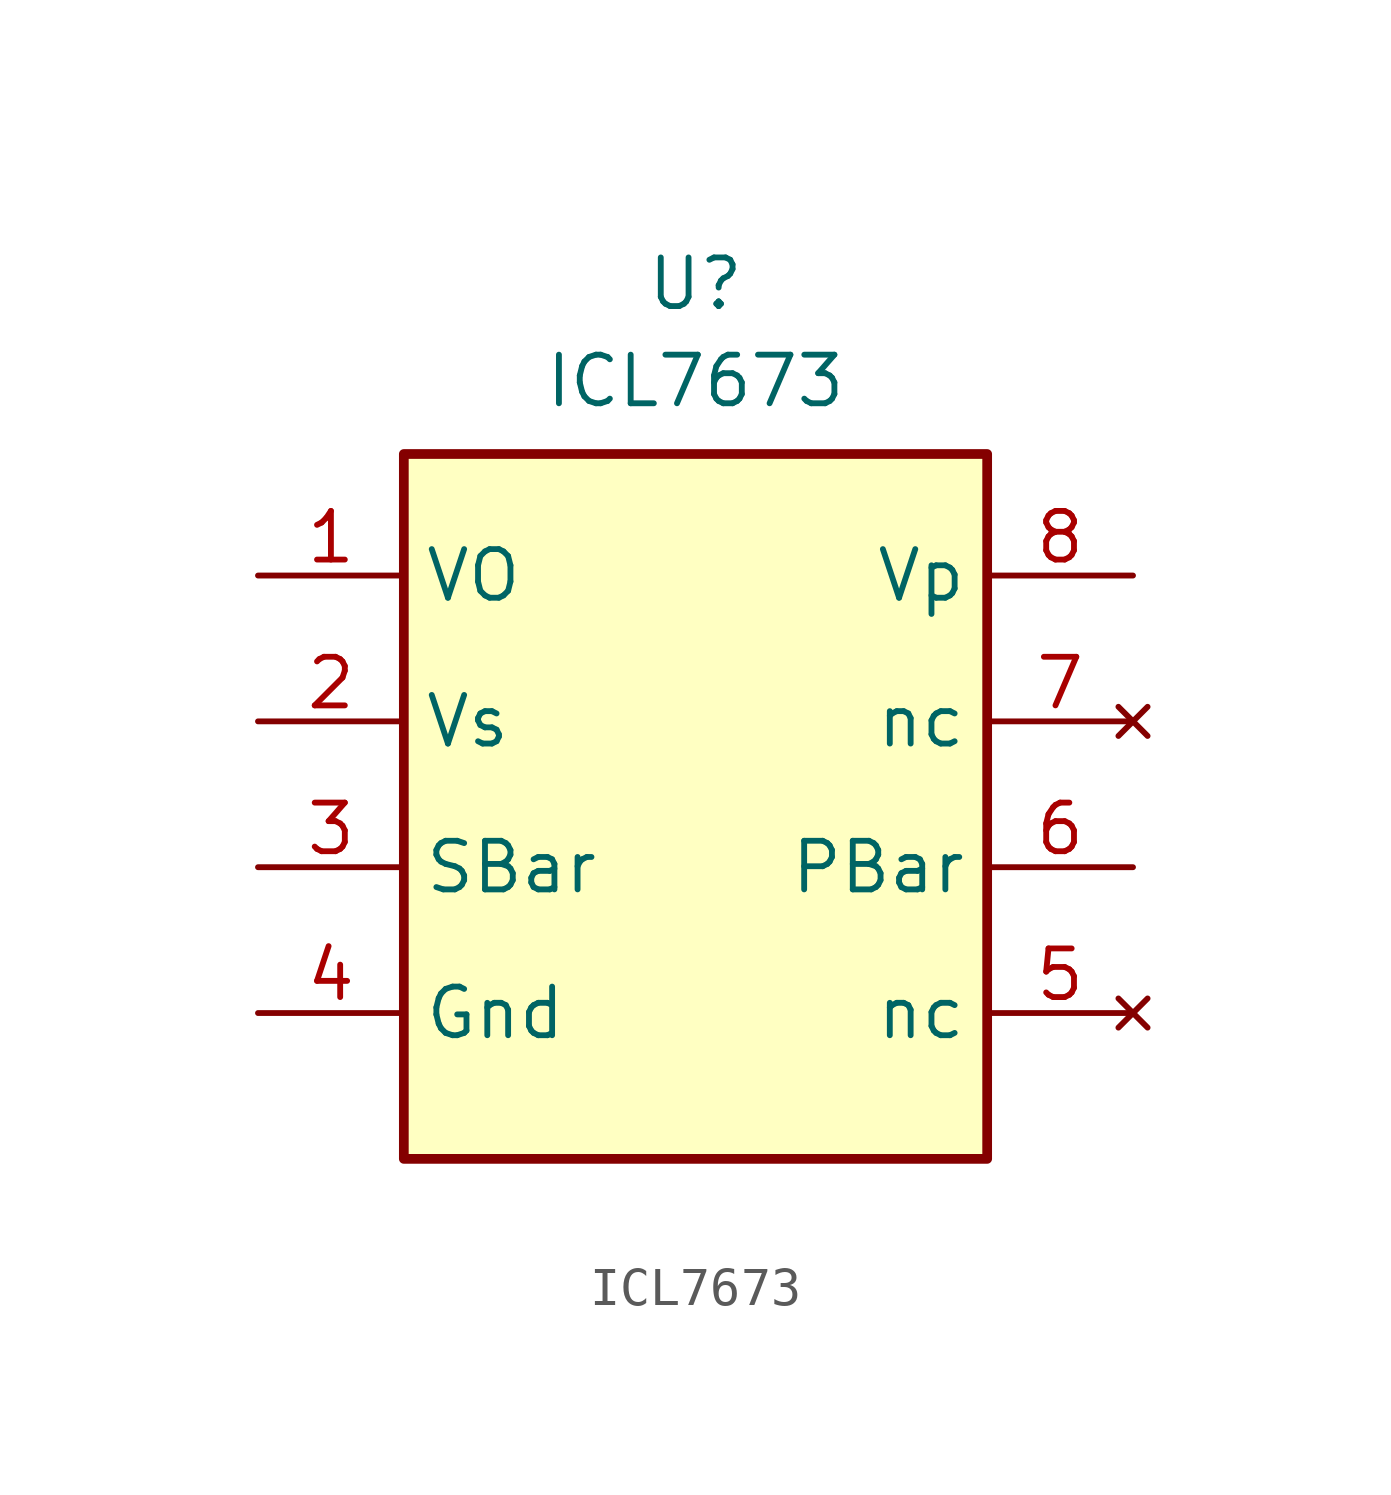
<source format=kicad_sym>
(kicad_symbol_lib
  (version 20211014)
  (generator kicad_symbol_editor)
  (symbol "ICL7673"
    (property "Reference" "U"
      (at -1.27 17.78 0)
      (effects (font (size 1.27 1.27))))
    (property "Value" "ICL7673"
      (at -1.27 15.24 0)
      (effects (font (size 1.27 1.27))))
    (symbol "ICL7673_0_1"
      (rectangle (start -8.89 13.335) (end 6.35 -5.08) (stroke (width 0.254) (type default) (color 0 0 0 0)) (fill (type background))))
    (symbol "ICL7673_1_1"
      (pin power_out line (at -12.7 10.16 0) (length 3.81) (name "VO" (effects (font (size 1.27 1.27)))) (number "1" (effects (font (size 1.27 1.27)))))
      (pin power_in line (at -12.7 6.35 0) (length 3.81) (name "Vs" (effects (font (size 1.27 1.27)))) (number "2" (effects (font (size 1.27 1.27)))))
      (pin open_emitter line (at -12.7 2.54 0) (length 3.81) (name "SBar" (effects (font (size 1.27 1.27)))) (number "3" (effects (font (size 1.27 1.27)))))
      (pin power_in line (at -12.7 -1.27 0) (length 3.81) (name "Gnd" (effects (font (size 1.27 1.27)))) (number "4" (effects (font (size 1.27 1.27)))))
      (pin no_connect line (at 10.16 -1.27 180) (length 3.81) (name "nc" (effects (font (size 1.27 1.27)))) (number "5" (effects (font (size 1.27 1.27)))))
      (pin open_emitter line (at 10.16 2.54 180) (length 3.81) (name "PBar" (effects (font (size 1.27 1.27)))) (number "6" (effects (font (size 1.27 1.27)))))
      (pin no_connect line (at 10.16 6.35 180) (length 3.81) (name "nc" (effects (font (size 1.27 1.27)))) (number "7" (effects (font (size 1.27 1.27)))))
      (pin power_in line (at 10.16 10.16 180) (length 3.81) (name "Vp" (effects (font (size 1.27 1.27)))) (number "8" (effects (font (size 1.27 1.27))))))))
</source>
